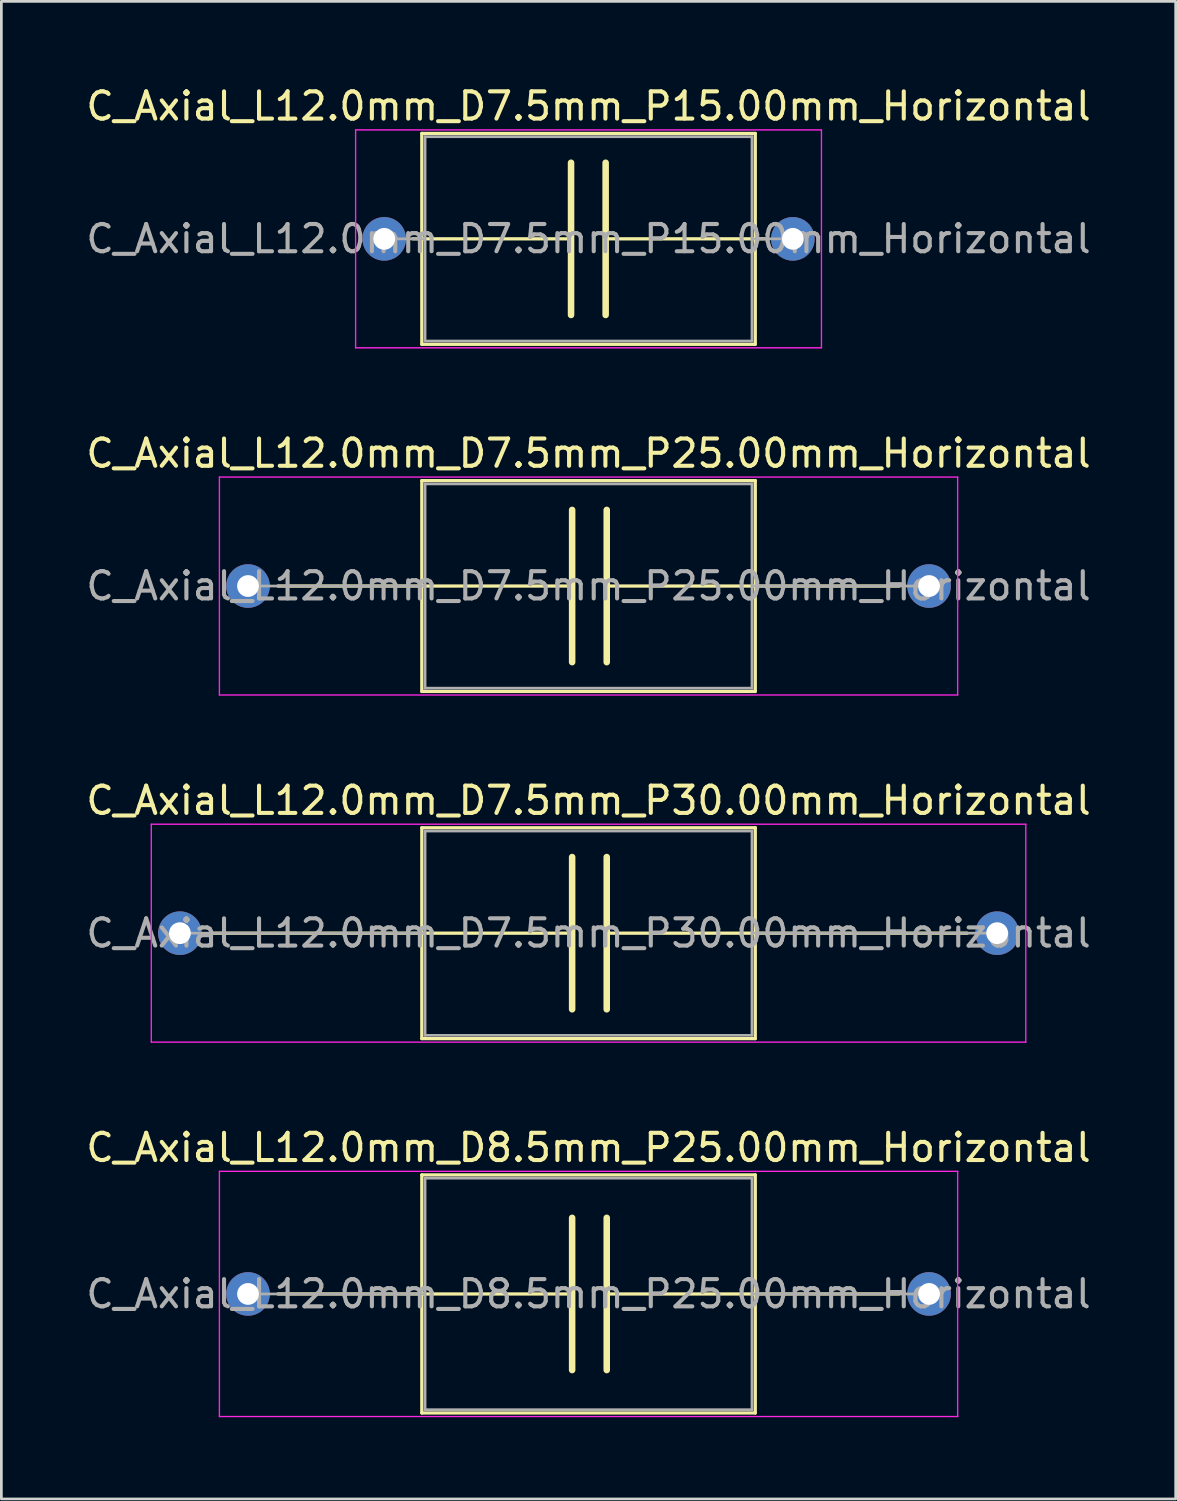
<source format=kicad_pcb>
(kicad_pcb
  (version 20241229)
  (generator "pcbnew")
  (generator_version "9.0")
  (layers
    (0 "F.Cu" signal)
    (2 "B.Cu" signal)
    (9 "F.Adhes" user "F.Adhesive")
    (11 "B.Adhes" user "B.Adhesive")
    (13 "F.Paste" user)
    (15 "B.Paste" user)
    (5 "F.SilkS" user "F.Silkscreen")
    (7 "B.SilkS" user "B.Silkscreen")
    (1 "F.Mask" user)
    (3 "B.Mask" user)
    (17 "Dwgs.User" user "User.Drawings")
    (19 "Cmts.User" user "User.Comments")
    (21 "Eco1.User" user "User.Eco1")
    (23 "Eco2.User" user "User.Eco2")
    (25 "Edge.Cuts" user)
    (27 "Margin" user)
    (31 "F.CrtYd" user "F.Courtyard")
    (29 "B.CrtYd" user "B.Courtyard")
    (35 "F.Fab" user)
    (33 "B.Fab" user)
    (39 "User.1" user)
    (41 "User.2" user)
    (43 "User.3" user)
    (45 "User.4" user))
  (footprint "C_Axial_L12.0mm_D7.5mm_P30.00mm_Horizontal"
    (layer "F.Cu")
    (at 3.554 31.205)
    (property "Reference" "C_Axial_L12.0mm_D7.5mm_P30.00mm_Horizontal" (at 15 -4.87 0) (layer "F.SilkS") (effects (font (size 1 1) (thickness 0.15))))
    (attr through_hole)
    (fp_line (start 1.1 0) (end 8.88 0) (stroke (width 0.12) (type solid)) (layer "F.SilkS"))
    (fp_line (start 8.88 -3.87) (end 8.88 3.87) (stroke (width 0.12) (type solid)) (layer "F.SilkS"))
    (fp_line (start 8.88 3.87) (end 21.12 3.87) (stroke (width 0.12) (type solid)) (layer "F.SilkS"))
    (fp_line (start 8.89 0) (end 14.398 0) (stroke (width 0.12) (type solid)) (layer "F.SilkS"))
    (fp_line (start 14.398 -2.794) (end 14.398 2.794) (stroke (width 0.24) (type solid)) (layer "F.SilkS"))
    (fp_line (start 15.668 2.794) (end 15.668 -2.794) (stroke (width 0.24) (type solid)) (layer "F.SilkS"))
    (fp_line (start 21.12 -3.87) (end 8.88 -3.87) (stroke (width 0.12) (type solid)) (layer "F.SilkS"))
    (fp_line (start 21.12 0) (end 15.668 0) (stroke (width 0.12) (type solid)) (layer "F.SilkS"))
    (fp_line (start 21.12 3.87) (end 21.12 -3.87) (stroke (width 0.12) (type solid)) (layer "F.SilkS"))
    (fp_line (start 28.9 0) (end 21.12 0) (stroke (width 0.12) (type solid)) (layer "F.SilkS"))
    (fp_line (start -1.05 -4) (end -1.05 4) (stroke (width 0.05) (type solid)) (layer "F.CrtYd"))
    (fp_line (start -1.05 4) (end 31.05 4) (stroke (width 0.05) (type solid)) (layer "F.CrtYd"))
    (fp_line (start 31.05 -4) (end -1.05 -4) (stroke (width 0.05) (type solid)) (layer "F.CrtYd"))
    (fp_line (start 31.05 4) (end 31.05 -4) (stroke (width 0.05) (type solid)) (layer "F.CrtYd"))
    (fp_line (start 0 0) (end 9 0) (stroke (width 0.1) (type solid)) (layer "F.Fab"))
    (fp_line (start 9 -3.75) (end 9 3.75) (stroke (width 0.1) (type solid)) (layer "F.Fab"))
    (fp_line (start 9 3.75) (end 21 3.75) (stroke (width 0.1) (type solid)) (layer "F.Fab"))
    (fp_line (start 21 -3.75) (end 9 -3.75) (stroke (width 0.1) (type solid)) (layer "F.Fab"))
    (fp_line (start 21 3.75) (end 21 -3.75) (stroke (width 0.1) (type solid)) (layer "F.Fab"))
    (fp_line (start 30 0) (end 21 0) (stroke (width 0.1) (type solid)) (layer "F.Fab"))
    (fp_text user "${REFERENCE}" (at 15 0 0) (layer "F.Fab") (effects (font (size 1 1) (thickness 0.15))))
    (pad "1" thru_hole circle (at 0 0) (size 1.6 1.6) (drill 0.8) (layers "*.Cu" "*.Mask"))
    (pad "2" thru_hole oval (at 30 0) (size 1.6 1.6) (drill 0.8) (layers "*.Cu" "*.Mask")))
  (footprint "C_Axial_L12.0mm_D7.5mm_P15.00mm_Horizontal"
    (layer "F.Cu")
    (at 11.054 5.718)
    (property "Reference" "C_Axial_L12.0mm_D7.5mm_P15.00mm_Horizontal" (at 7.5 -4.87 0) (layer "F.SilkS") (effects (font (size 1 1) (thickness 0.15))))
    (attr through_hole)
    (fp_line (start 1.04 0) (end 1.38 0) (stroke (width 0.12) (type solid)) (layer "F.SilkS"))
    (fp_line (start 1.38 -3.87) (end 1.38 3.87) (stroke (width 0.12) (type solid)) (layer "F.SilkS"))
    (fp_line (start 1.38 0) (end 6.858 0) (stroke (width 0.12) (type solid)) (layer "F.SilkS"))
    (fp_line (start 1.38 3.87) (end 13.62 3.87) (stroke (width 0.12) (type solid)) (layer "F.SilkS"))
    (fp_line (start 6.858 -2.794) (end 6.858 2.794) (stroke (width 0.24) (type solid)) (layer "F.SilkS"))
    (fp_line (start 8.128 2.794) (end 8.128 -2.794) (stroke (width 0.24) (type solid)) (layer "F.SilkS"))
    (fp_line (start 13.62 -3.87) (end 1.38 -3.87) (stroke (width 0.12) (type solid)) (layer "F.SilkS"))
    (fp_line (start 13.62 0) (end 8.128 0) (stroke (width 0.12) (type solid)) (layer "F.SilkS"))
    (fp_line (start 13.62 3.87) (end 13.62 -3.87) (stroke (width 0.12) (type solid)) (layer "F.SilkS"))
    (fp_line (start 13.96 0) (end 13.62 0) (stroke (width 0.12) (type solid)) (layer "F.SilkS"))
    (fp_line (start -1.05 -4) (end -1.05 4) (stroke (width 0.05) (type solid)) (layer "F.CrtYd"))
    (fp_line (start -1.05 4) (end 16.05 4) (stroke (width 0.05) (type solid)) (layer "F.CrtYd"))
    (fp_line (start 16.05 -4) (end -1.05 -4) (stroke (width 0.05) (type solid)) (layer "F.CrtYd"))
    (fp_line (start 16.05 4) (end 16.05 -4) (stroke (width 0.05) (type solid)) (layer "F.CrtYd"))
    (fp_line (start 0 0) (end 1.5 0) (stroke (width 0.1) (type solid)) (layer "F.Fab"))
    (fp_line (start 1.5 -3.75) (end 1.5 3.75) (stroke (width 0.1) (type solid)) (layer "F.Fab"))
    (fp_line (start 1.5 3.75) (end 13.5 3.75) (stroke (width 0.1) (type solid)) (layer "F.Fab"))
    (fp_line (start 13.5 -3.75) (end 1.5 -3.75) (stroke (width 0.1) (type solid)) (layer "F.Fab"))
    (fp_line (start 13.5 3.75) (end 13.5 -3.75) (stroke (width 0.1) (type solid)) (layer "F.Fab"))
    (fp_line (start 15 0) (end 13.5 0) (stroke (width 0.1) (type solid)) (layer "F.Fab"))
    (fp_text user "${REFERENCE}" (at 7.5 0 0) (layer "F.Fab") (effects (font (size 1 1) (thickness 0.15))))
    (pad "1" thru_hole circle (at 0 0) (size 1.6 1.6) (drill 0.8) (layers "*.Cu" "*.Mask"))
    (pad "2" thru_hole oval (at 15 0) (size 1.6 1.6) (drill 0.8) (layers "*.Cu" "*.Mask")))
  (footprint "C_Axial_L12.0mm_D7.5mm_P25.00mm_Horizontal"
    (layer "F.Cu")
    (at 6.054 18.462)
    (property "Reference" "C_Axial_L12.0mm_D7.5mm_P25.00mm_Horizontal" (at 12.5 -4.87 0) (layer "F.SilkS") (effects (font (size 1 1) (thickness 0.15))))
    (attr through_hole)
    (fp_line (start 1.1 0) (end 6.38 0) (stroke (width 0.12) (type solid)) (layer "F.SilkS"))
    (fp_line (start 6.38 -3.87) (end 6.38 3.87) (stroke (width 0.12) (type solid)) (layer "F.SilkS"))
    (fp_line (start 6.38 0) (end 11.898 0) (stroke (width 0.12) (type solid)) (layer "F.SilkS"))
    (fp_line (start 6.38 3.87) (end 18.62 3.87) (stroke (width 0.12) (type solid)) (layer "F.SilkS"))
    (fp_line (start 11.898 -2.794) (end 11.898 2.794) (stroke (width 0.24) (type solid)) (layer "F.SilkS"))
    (fp_line (start 13.168 2.794) (end 13.168 -2.794) (stroke (width 0.24) (type solid)) (layer "F.SilkS"))
    (fp_line (start 18.62 -3.87) (end 6.38 -3.87) (stroke (width 0.12) (type solid)) (layer "F.SilkS"))
    (fp_line (start 18.62 0) (end 13.168 0) (stroke (width 0.12) (type solid)) (layer "F.SilkS"))
    (fp_line (start 18.62 3.87) (end 18.62 -3.87) (stroke (width 0.12) (type solid)) (layer "F.SilkS"))
    (fp_line (start 23.9 0) (end 18.62 0) (stroke (width 0.12) (type solid)) (layer "F.SilkS"))
    (fp_line (start -1.05 -4) (end -1.05 4) (stroke (width 0.05) (type solid)) (layer "F.CrtYd"))
    (fp_line (start -1.05 4) (end 26.05 4) (stroke (width 0.05) (type solid)) (layer "F.CrtYd"))
    (fp_line (start 26.05 -4) (end -1.05 -4) (stroke (width 0.05) (type solid)) (layer "F.CrtYd"))
    (fp_line (start 26.05 4) (end 26.05 -4) (stroke (width 0.05) (type solid)) (layer "F.CrtYd"))
    (fp_line (start 0 0) (end 6.5 0) (stroke (width 0.1) (type solid)) (layer "F.Fab"))
    (fp_line (start 6.5 -3.75) (end 6.5 3.75) (stroke (width 0.1) (type solid)) (layer "F.Fab"))
    (fp_line (start 6.5 3.75) (end 18.5 3.75) (stroke (width 0.1) (type solid)) (layer "F.Fab"))
    (fp_line (start 18.5 -3.75) (end 6.5 -3.75) (stroke (width 0.1) (type solid)) (layer "F.Fab"))
    (fp_line (start 18.5 3.75) (end 18.5 -3.75) (stroke (width 0.1) (type solid)) (layer "F.Fab"))
    (fp_line (start 25 0) (end 18.5 0) (stroke (width 0.1) (type solid)) (layer "F.Fab"))
    (fp_text user "${REFERENCE}" (at 12.5 0 0) (layer "F.Fab") (effects (font (size 1 1) (thickness 0.15))))
    (pad "1" thru_hole circle (at 0 0) (size 1.6 1.6) (drill 0.8) (layers "*.Cu" "*.Mask"))
    (pad "2" thru_hole oval (at 25 0) (size 1.6 1.6) (drill 0.8) (layers "*.Cu" "*.Mask")))
  (footprint "C_Axial_L12.0mm_D8.5mm_P25.00mm_Horizontal"
    (layer "F.Cu")
    (at 6.054 44.448)
    (property "Reference" "C_Axial_L12.0mm_D8.5mm_P25.00mm_Horizontal" (at 12.5 -5.37 0) (layer "F.SilkS") (effects (font (size 1 1) (thickness 0.15))))
    (attr through_hole)
    (fp_line (start 1.1 0) (end 6.38 0) (stroke (width 0.12) (type solid)) (layer "F.SilkS"))
    (fp_line (start 6.38 -4.37) (end 6.38 4.37) (stroke (width 0.12) (type solid)) (layer "F.SilkS"))
    (fp_line (start 6.38 0) (end 11.898 0) (stroke (width 0.12) (type solid)) (layer "F.SilkS"))
    (fp_line (start 6.38 4.37) (end 18.62 4.37) (stroke (width 0.12) (type solid)) (layer "F.SilkS"))
    (fp_line (start 11.898 -2.794) (end 11.898 2.794) (stroke (width 0.24) (type solid)) (layer "F.SilkS"))
    (fp_line (start 13.168 2.794) (end 13.168 -2.794) (stroke (width 0.24) (type solid)) (layer "F.SilkS"))
    (fp_line (start 18.62 -4.37) (end 6.38 -4.37) (stroke (width 0.12) (type solid)) (layer "F.SilkS"))
    (fp_line (start 18.62 0) (end 13.168 0) (stroke (width 0.12) (type solid)) (layer "F.SilkS"))
    (fp_line (start 18.62 4.37) (end 18.62 -4.37) (stroke (width 0.12) (type solid)) (layer "F.SilkS"))
    (fp_line (start 23.9 0) (end 18.62 0) (stroke (width 0.12) (type solid)) (layer "F.SilkS"))
    (fp_line (start -1.05 -4.5) (end -1.05 4.5) (stroke (width 0.05) (type solid)) (layer "F.CrtYd"))
    (fp_line (start -1.05 4.5) (end 26.05 4.5) (stroke (width 0.05) (type solid)) (layer "F.CrtYd"))
    (fp_line (start 26.05 -4.5) (end -1.05 -4.5) (stroke (width 0.05) (type solid)) (layer "F.CrtYd"))
    (fp_line (start 26.05 4.5) (end 26.05 -4.5) (stroke (width 0.05) (type solid)) (layer "F.CrtYd"))
    (fp_line (start 0.1 0) (end 6.5 0) (stroke (width 0.1) (type solid)) (layer "F.Fab"))
    (fp_line (start 6.5 -4.25) (end 6.5 4.25) (stroke (width 0.1) (type solid)) (layer "F.Fab"))
    (fp_line (start 6.5 4.25) (end 18.5 4.25) (stroke (width 0.1) (type solid)) (layer "F.Fab"))
    (fp_line (start 18.5 -4.25) (end 6.5 -4.25) (stroke (width 0.1) (type solid)) (layer "F.Fab"))
    (fp_line (start 18.5 4.25) (end 18.5 -4.25) (stroke (width 0.1) (type solid)) (layer "F.Fab"))
    (fp_line (start 25 0) (end 18.5 0) (stroke (width 0.1) (type solid)) (layer "F.Fab"))
    (fp_text user "${REFERENCE}" (at 12.5 0 0) (layer "F.Fab") (effects (font (size 1 1) (thickness 0.15))))
    (pad "1" thru_hole circle (at 0 0) (size 1.6 1.6) (drill 0.8) (layers "*.Cu" "*.Mask"))
    (pad "2" thru_hole oval (at 25 0) (size 1.6 1.6) (drill 0.8) (layers "*.Cu" "*.Mask")))
  (gr_rect
    (start -3 -3)
    (end 40.107 51.973)
    (stroke (width 0.1) (type default))
    (fill no)
    (layer "Edge.Cuts")))
</source>
